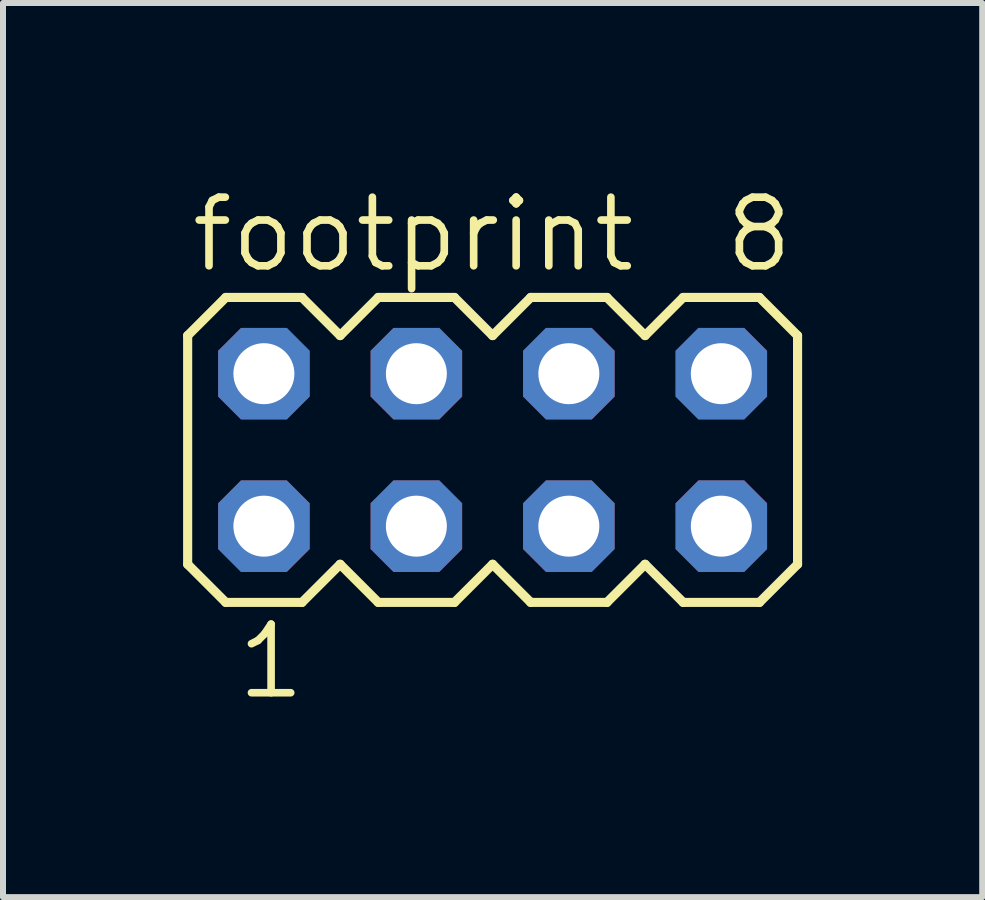
<source format=kicad_pcb>
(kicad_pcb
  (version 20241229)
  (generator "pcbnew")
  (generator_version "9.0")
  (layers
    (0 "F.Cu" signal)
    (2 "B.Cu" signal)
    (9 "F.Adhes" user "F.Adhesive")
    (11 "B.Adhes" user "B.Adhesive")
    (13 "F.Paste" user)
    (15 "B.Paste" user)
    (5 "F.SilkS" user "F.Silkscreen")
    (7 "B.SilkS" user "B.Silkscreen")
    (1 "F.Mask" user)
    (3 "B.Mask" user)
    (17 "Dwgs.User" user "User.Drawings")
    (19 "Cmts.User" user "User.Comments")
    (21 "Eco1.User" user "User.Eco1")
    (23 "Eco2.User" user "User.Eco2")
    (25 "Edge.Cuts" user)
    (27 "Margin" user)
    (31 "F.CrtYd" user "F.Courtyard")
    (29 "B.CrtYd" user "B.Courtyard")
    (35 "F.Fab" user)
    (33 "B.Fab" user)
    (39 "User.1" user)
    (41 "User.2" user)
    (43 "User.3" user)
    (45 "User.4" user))
  (footprint "footprint"
    (layer "F.Cu")
    (at 5.156 4.445)
    (property "Reference" "footprint" (at -5.08 -2.921 0) (layer "F.SilkS") (effects (font (size 1.143 1.143) (thickness 0.127)) (justify left bottom)))
    (fp_line (start -5.08 -1.905) (end -5.08 1.905) (stroke (width 0.152) (type solid)) (layer "F.SilkS"))
    (fp_line (start -5.08 1.905) (end -4.445 2.54) (stroke (width 0.152) (type solid)) (layer "F.SilkS"))
    (fp_line (start -4.445 -2.54) (end -5.08 -1.905) (stroke (width 0.152) (type solid)) (layer "F.SilkS"))
    (fp_line (start -4.445 -2.54) (end -3.175 -2.54) (stroke (width 0.152) (type solid)) (layer "F.SilkS"))
    (fp_line (start -3.175 -2.54) (end -2.54 -1.905) (stroke (width 0.152) (type solid)) (layer "F.SilkS"))
    (fp_line (start -3.175 2.54) (end -4.445 2.54) (stroke (width 0.152) (type solid)) (layer "F.SilkS"))
    (fp_line (start -2.54 -1.905) (end -1.905 -2.54) (stroke (width 0.152) (type solid)) (layer "F.SilkS"))
    (fp_line (start -2.54 1.905) (end -3.175 2.54) (stroke (width 0.152) (type solid)) (layer "F.SilkS"))
    (fp_line (start -1.905 -2.54) (end -0.635 -2.54) (stroke (width 0.152) (type solid)) (layer "F.SilkS"))
    (fp_line (start -1.905 2.54) (end -2.54 1.905) (stroke (width 0.152) (type solid)) (layer "F.SilkS"))
    (fp_line (start -0.635 -2.54) (end 0 -1.905) (stroke (width 0.152) (type solid)) (layer "F.SilkS"))
    (fp_line (start -0.635 2.54) (end -1.905 2.54) (stroke (width 0.152) (type solid)) (layer "F.SilkS"))
    (fp_line (start 0 -1.905) (end 0.635 -2.54) (stroke (width 0.152) (type solid)) (layer "F.SilkS"))
    (fp_line (start 0 1.905) (end -0.635 2.54) (stroke (width 0.152) (type solid)) (layer "F.SilkS"))
    (fp_line (start 0.635 -2.54) (end 1.905 -2.54) (stroke (width 0.152) (type solid)) (layer "F.SilkS"))
    (fp_line (start 0.635 2.54) (end 0 1.905) (stroke (width 0.152) (type solid)) (layer "F.SilkS"))
    (fp_line (start 1.905 -2.54) (end 2.54 -1.905) (stroke (width 0.152) (type solid)) (layer "F.SilkS"))
    (fp_line (start 1.905 2.54) (end 0.635 2.54) (stroke (width 0.152) (type solid)) (layer "F.SilkS"))
    (fp_line (start 2.54 1.905) (end 1.905 2.54) (stroke (width 0.152) (type solid)) (layer "F.SilkS"))
    (fp_line (start 2.54 1.905) (end 3.175 2.54) (stroke (width 0.152) (type solid)) (layer "F.SilkS"))
    (fp_line (start 3.175 -2.54) (end 2.54 -1.905) (stroke (width 0.152) (type solid)) (layer "F.SilkS"))
    (fp_line (start 3.175 -2.54) (end 4.445 -2.54) (stroke (width 0.152) (type solid)) (layer "F.SilkS"))
    (fp_line (start 4.445 -2.54) (end 5.08 -1.905) (stroke (width 0.152) (type solid)) (layer "F.SilkS"))
    (fp_line (start 4.445 2.54) (end 3.175 2.54) (stroke (width 0.152) (type solid)) (layer "F.SilkS"))
    (fp_line (start 5.08 -1.905) (end 5.08 1.905) (stroke (width 0.152) (type solid)) (layer "F.SilkS"))
    (fp_line (start 5.08 1.905) (end 4.445 2.54) (stroke (width 0.152) (type solid)) (layer "F.SilkS"))
    (fp_poly (pts (xy -4.064 -1.016) (xy -3.556 -1.016) (xy -3.556 -1.524) (xy -4.064 -1.524)) (stroke (width 0.1) (type solid)) (fill no) (layer "F.Fab"))
    (fp_poly (pts (xy -4.064 1.524) (xy -3.556 1.524) (xy -3.556 1.016) (xy -4.064 1.016)) (stroke (width 0.1) (type solid)) (fill no) (layer "F.Fab"))
    (fp_poly (pts (xy -1.524 -1.016) (xy -1.016 -1.016) (xy -1.016 -1.524) (xy -1.524 -1.524)) (stroke (width 0.1) (type solid)) (fill no) (layer "F.Fab"))
    (fp_poly (pts (xy -1.524 1.524) (xy -1.016 1.524) (xy -1.016 1.016) (xy -1.524 1.016)) (stroke (width 0.1) (type solid)) (fill no) (layer "F.Fab"))
    (fp_poly (pts (xy 1.016 -1.016) (xy 1.524 -1.016) (xy 1.524 -1.524) (xy 1.016 -1.524)) (stroke (width 0.1) (type solid)) (fill no) (layer "F.Fab"))
    (fp_poly (pts (xy 1.016 1.524) (xy 1.524 1.524) (xy 1.524 1.016) (xy 1.016 1.016)) (stroke (width 0.1) (type solid)) (fill no) (layer "F.Fab"))
    (fp_poly (pts (xy 3.556 -1.016) (xy 4.064 -1.016) (xy 4.064 -1.524) (xy 3.556 -1.524)) (stroke (width 0.1) (type solid)) (fill no) (layer "F.Fab"))
    (fp_poly (pts (xy 3.556 1.524) (xy 4.064 1.524) (xy 4.064 1.016) (xy 3.556 1.016)) (stroke (width 0.1) (type solid)) (fill no) (layer "F.Fab"))
    (fp_text user "1" (at -4.318 4.191 0) (layer "F.SilkS") (effects (font (size 1.143 1.143) (thickness 0.127)) (justify left bottom)))
    (fp_text user "8" (at 3.81 -2.921 0) (layer "F.SilkS") (effects (font (size 1.143 1.143) (thickness 0.127)) (justify left bottom)))
    (pad "1" thru_hole roundrect (at -3.81 1.27) (size 1.524 1.524) (drill 1.016) (layers "*.Cu" "*.Mask") (roundrect_rratio 0.25) (chamfer_ratio 0.25) (chamfer top_left top_right bottom_left bottom_right))
    (pad "2" thru_hole roundrect (at -3.81 -1.27) (size 1.524 1.524) (drill 1.016) (layers "*.Cu" "*.Mask") (roundrect_rratio 0.25) (chamfer_ratio 0.25) (chamfer top_left top_right bottom_left bottom_right))
    (pad "3" thru_hole roundrect (at -1.27 1.27) (size 1.524 1.524) (drill 1.016) (layers "*.Cu" "*.Mask") (roundrect_rratio 0.25) (chamfer_ratio 0.25) (chamfer top_left top_right bottom_left bottom_right))
    (pad "4" thru_hole roundrect (at -1.27 -1.27) (size 1.524 1.524) (drill 1.016) (layers "*.Cu" "*.Mask") (roundrect_rratio 0.25) (chamfer_ratio 0.25) (chamfer top_left top_right bottom_left bottom_right))
    (pad "5" thru_hole roundrect (at 1.27 1.27) (size 1.524 1.524) (drill 1.016) (layers "*.Cu" "*.Mask") (roundrect_rratio 0.25) (chamfer_ratio 0.25) (chamfer top_left top_right bottom_left bottom_right))
    (pad "6" thru_hole roundrect (at 1.27 -1.27) (size 1.524 1.524) (drill 1.016) (layers "*.Cu" "*.Mask") (roundrect_rratio 0.25) (chamfer_ratio 0.25) (chamfer top_left top_right bottom_left bottom_right))
    (pad "7" thru_hole roundrect (at 3.81 1.27) (size 1.524 1.524) (drill 1.016) (layers "*.Cu" "*.Mask") (roundrect_rratio 0.25) (chamfer_ratio 0.25) (chamfer top_left top_right bottom_left bottom_right))
    (pad "8" thru_hole roundrect (at 3.81 -1.27) (size 1.524 1.524) (drill 1.016) (layers "*.Cu" "*.Mask") (roundrect_rratio 0.25) (chamfer_ratio 0.25) (chamfer top_left top_right bottom_left bottom_right)))
  (gr_rect
    (start -3 -3)
    (end 13.312 11.895)
    (stroke (width 0.1) (type default))
    (fill no)
    (layer "Edge.Cuts")))
</source>
